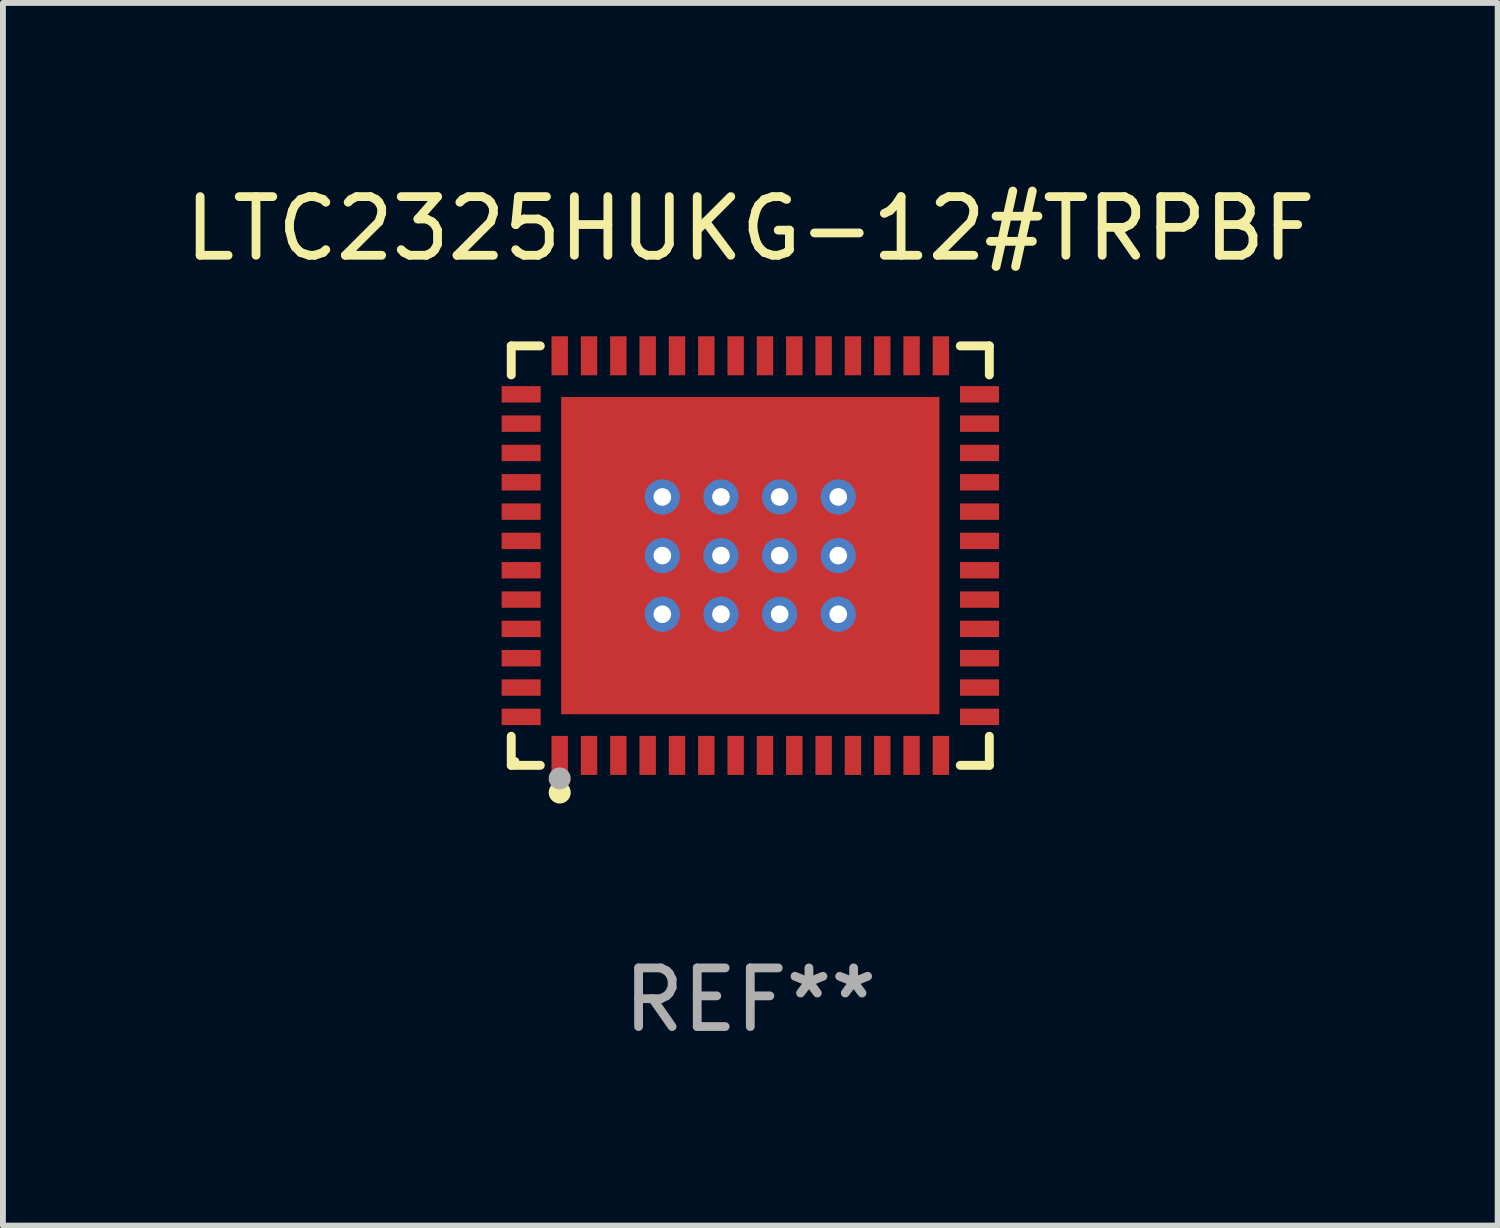
<source format=kicad_pcb>
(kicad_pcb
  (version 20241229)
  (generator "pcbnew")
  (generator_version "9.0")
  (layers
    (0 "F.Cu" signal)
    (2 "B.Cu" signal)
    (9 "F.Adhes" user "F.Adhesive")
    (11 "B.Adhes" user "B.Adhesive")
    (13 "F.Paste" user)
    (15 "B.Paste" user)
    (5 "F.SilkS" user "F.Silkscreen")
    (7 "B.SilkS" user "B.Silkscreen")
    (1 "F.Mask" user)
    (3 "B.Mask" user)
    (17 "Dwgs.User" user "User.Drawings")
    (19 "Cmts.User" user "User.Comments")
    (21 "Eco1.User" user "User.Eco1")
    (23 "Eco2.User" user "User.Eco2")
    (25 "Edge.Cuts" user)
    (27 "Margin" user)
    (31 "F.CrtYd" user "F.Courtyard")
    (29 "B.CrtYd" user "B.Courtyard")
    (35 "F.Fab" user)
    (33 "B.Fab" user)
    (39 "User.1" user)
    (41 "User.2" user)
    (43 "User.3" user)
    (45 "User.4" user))
  (footprint "LTC2325HUKG-12#TRPBF"
    (layer "F.Cu")
    (at 9.744 6.424)
    (property "Reference" "LTC2325HUKG-12#TRPBF" (at 0 -5.576 0) (layer "F.SilkS") (effects (font (size 1 1) (thickness 0.15))))
    (attr through_hole)
    (fp_line (start -4.076 -3.576) (end -3.581 -3.576) (stroke (width 0.152) (type solid)) (layer "F.SilkS"))
    (fp_line (start -4.076 -3.081) (end -4.076 -3.576) (stroke (width 0.152) (type solid)) (layer "F.SilkS"))
    (fp_line (start -4.076 3.081) (end -4.076 3.576) (stroke (width 0.152) (type solid)) (layer "F.SilkS"))
    (fp_line (start -4.076 3.576) (end -3.581 3.576) (stroke (width 0.152) (type solid)) (layer "F.SilkS"))
    (fp_line (start 4.076 -3.576) (end 3.581 -3.576) (stroke (width 0.152) (type solid)) (layer "F.SilkS"))
    (fp_line (start 4.076 -3.081) (end 4.076 -3.576) (stroke (width 0.152) (type solid)) (layer "F.SilkS"))
    (fp_line (start 4.076 3.081) (end 4.076 3.576) (stroke (width 0.152) (type solid)) (layer "F.SilkS"))
    (fp_line (start 4.076 3.576) (end 3.581 3.576) (stroke (width 0.152) (type solid)) (layer "F.SilkS"))
    (fp_circle (center -4 3.5) (end -3.97 3.5) (stroke (width 0.06) (type solid)) (fill no) (layer "F.SilkS"))
    (fp_circle (center -3.25 4.04) (end -3.156 4.04) (stroke (width 0.188) (type solid)) (fill no) (layer "F.SilkS"))
    (fp_circle (center -3.25 3.8) (end -3.156 3.8) (stroke (width 0.188) (type solid)) (fill no) (layer "F.Fab"))
    (fp_text user "REF**" (at 0 7.576 0) (layer "F.Fab") (effects (font (size 1 1) (thickness 0.15))))
    (pad "1" smd rect (at -3.25 3.407) (size 0.28 0.665) (layers "F.Cu" "F.Mask" "F.Paste"))
    (pad "2" smd rect (at -2.75 3.407) (size 0.28 0.665) (layers "F.Cu" "F.Mask" "F.Paste"))
    (pad "3" smd rect (at -2.25 3.407) (size 0.28 0.665) (layers "F.Cu" "F.Mask" "F.Paste"))
    (pad "4" smd rect (at -1.75 3.407) (size 0.28 0.665) (layers "F.Cu" "F.Mask" "F.Paste"))
    (pad "5" smd rect (at -1.25 3.407) (size 0.28 0.665) (layers "F.Cu" "F.Mask" "F.Paste"))
    (pad "6" smd rect (at -0.75 3.407) (size 0.28 0.665) (layers "F.Cu" "F.Mask" "F.Paste"))
    (pad "7" smd rect (at -0.25 3.407) (size 0.28 0.665) (layers "F.Cu" "F.Mask" "F.Paste"))
    (pad "8" smd rect (at 0.25 3.407) (size 0.28 0.665) (layers "F.Cu" "F.Mask" "F.Paste"))
    (pad "9" smd rect (at 0.75 3.407) (size 0.28 0.665) (layers "F.Cu" "F.Mask" "F.Paste"))
    (pad "10" smd rect (at 1.25 3.407) (size 0.28 0.665) (layers "F.Cu" "F.Mask" "F.Paste"))
    (pad "11" smd rect (at 1.75 3.407) (size 0.28 0.665) (layers "F.Cu" "F.Mask" "F.Paste"))
    (pad "12" smd rect (at 2.25 3.407) (size 0.28 0.665) (layers "F.Cu" "F.Mask" "F.Paste"))
    (pad "13" smd rect (at 2.75 3.407) (size 0.28 0.665) (layers "F.Cu" "F.Mask" "F.Paste"))
    (pad "14" smd rect (at 3.25 3.407) (size 0.28 0.665) (layers "F.Cu" "F.Mask" "F.Paste"))
    (pad "15" smd rect (at 3.908 2.75) (size 0.665 0.28) (layers "F.Cu" "F.Mask" "F.Paste"))
    (pad "16" smd rect (at 3.908 2.25) (size 0.665 0.28) (layers "F.Cu" "F.Mask" "F.Paste"))
    (pad "17" smd rect (at 3.908 1.75) (size 0.665 0.28) (layers "F.Cu" "F.Mask" "F.Paste"))
    (pad "18" smd rect (at 3.908 1.25) (size 0.665 0.28) (layers "F.Cu" "F.Mask" "F.Paste"))
    (pad "19" smd rect (at 3.908 0.75) (size 0.665 0.28) (layers "F.Cu" "F.Mask" "F.Paste"))
    (pad "20" smd rect (at 3.908 0.25) (size 0.665 0.28) (layers "F.Cu" "F.Mask" "F.Paste"))
    (pad "21" smd rect (at 3.908 -0.25) (size 0.665 0.28) (layers "F.Cu" "F.Mask" "F.Paste"))
    (pad "22" smd rect (at 3.908 -0.75) (size 0.665 0.28) (layers "F.Cu" "F.Mask" "F.Paste"))
    (pad "23" smd rect (at 3.908 -1.25) (size 0.665 0.28) (layers "F.Cu" "F.Mask" "F.Paste"))
    (pad "24" smd rect (at 3.908 -1.75) (size 0.665 0.28) (layers "F.Cu" "F.Mask" "F.Paste"))
    (pad "25" smd rect (at 3.908 -2.25) (size 0.665 0.28) (layers "F.Cu" "F.Mask" "F.Paste"))
    (pad "26" smd rect (at 3.908 -2.75) (size 0.665 0.28) (layers "F.Cu" "F.Mask" "F.Paste"))
    (pad "27" smd rect (at 3.25 -3.407) (size 0.28 0.665) (layers "F.Cu" "F.Mask" "F.Paste"))
    (pad "28" smd rect (at 2.75 -3.407) (size 0.28 0.665) (layers "F.Cu" "F.Mask" "F.Paste"))
    (pad "29" smd rect (at 2.25 -3.407) (size 0.28 0.665) (layers "F.Cu" "F.Mask" "F.Paste"))
    (pad "30" smd rect (at 1.75 -3.407) (size 0.28 0.665) (layers "F.Cu" "F.Mask" "F.Paste"))
    (pad "31" smd rect (at 1.25 -3.407) (size 0.28 0.665) (layers "F.Cu" "F.Mask" "F.Paste"))
    (pad "32" smd rect (at 0.75 -3.407) (size 0.28 0.665) (layers "F.Cu" "F.Mask" "F.Paste"))
    (pad "33" smd rect (at 0.25 -3.407) (size 0.28 0.665) (layers "F.Cu" "F.Mask" "F.Paste"))
    (pad "34" smd rect (at -0.25 -3.407) (size 0.28 0.665) (layers "F.Cu" "F.Mask" "F.Paste"))
    (pad "35" smd rect (at -0.75 -3.407) (size 0.28 0.665) (layers "F.Cu" "F.Mask" "F.Paste"))
    (pad "36" smd rect (at -1.25 -3.407) (size 0.28 0.665) (layers "F.Cu" "F.Mask" "F.Paste"))
    (pad "37" smd rect (at -1.75 -3.407) (size 0.28 0.665) (layers "F.Cu" "F.Mask" "F.Paste"))
    (pad "38" smd rect (at -2.25 -3.407) (size 0.28 0.665) (layers "F.Cu" "F.Mask" "F.Paste"))
    (pad "39" smd rect (at -2.75 -3.407) (size 0.28 0.665) (layers "F.Cu" "F.Mask" "F.Paste"))
    (pad "40" smd rect (at -3.25 -3.407) (size 0.28 0.665) (layers "F.Cu" "F.Mask" "F.Paste"))
    (pad "41" smd rect (at -3.908 -2.75) (size 0.665 0.28) (layers "F.Cu" "F.Mask" "F.Paste"))
    (pad "42" smd rect (at -3.908 -2.25) (size 0.665 0.28) (layers "F.Cu" "F.Mask" "F.Paste"))
    (pad "43" smd rect (at -3.908 -1.75) (size 0.665 0.28) (layers "F.Cu" "F.Mask" "F.Paste"))
    (pad "44" smd rect (at -3.908 -1.25) (size 0.665 0.28) (layers "F.Cu" "F.Mask" "F.Paste"))
    (pad "45" smd rect (at -3.908 -0.75) (size 0.665 0.28) (layers "F.Cu" "F.Mask" "F.Paste"))
    (pad "46" smd rect (at -3.908 -0.25) (size 0.665 0.28) (layers "F.Cu" "F.Mask" "F.Paste"))
    (pad "47" smd rect (at -3.908 0.25) (size 0.665 0.28) (layers "F.Cu" "F.Mask" "F.Paste"))
    (pad "48" smd rect (at -3.908 0.75) (size 0.665 0.28) (layers "F.Cu" "F.Mask" "F.Paste"))
    (pad "49" smd rect (at -3.908 1.25) (size 0.665 0.28) (layers "F.Cu" "F.Mask" "F.Paste"))
    (pad "50" smd rect (at -3.908 1.75) (size 0.665 0.28) (layers "F.Cu" "F.Mask" "F.Paste"))
    (pad "51" smd rect (at -3.908 2.25) (size 0.665 0.28) (layers "F.Cu" "F.Mask" "F.Paste"))
    (pad "52" smd rect (at -3.908 2.75) (size 0.665 0.28) (layers "F.Cu" "F.Mask" "F.Paste"))
    (pad "53" thru_hole circle (at -1.5 -1) (size 0.6 0.6) (drill 0.3) (layers "*.Cu" "*.Mask"))
    (pad "53" thru_hole circle (at -1.5 0) (size 0.6 0.6) (drill 0.3) (layers "*.Cu" "*.Mask"))
    (pad "53" thru_hole circle (at -1.5 1) (size 0.6 0.6) (drill 0.3) (layers "*.Cu" "*.Mask"))
    (pad "53" thru_hole circle (at -0.5 -1) (size 0.6 0.6) (drill 0.3) (layers "*.Cu" "*.Mask"))
    (pad "53" thru_hole circle (at -0.5 0) (size 0.6 0.6) (drill 0.3) (layers "*.Cu" "*.Mask"))
    (pad "53" thru_hole circle (at -0.5 1) (size 0.6 0.6) (drill 0.3) (layers "*.Cu" "*.Mask"))
    (pad "53" smd rect (at 0 0) (size 6.45 5.41) (layers "F.Cu" "F.Mask" "F.Paste"))
    (pad "53" thru_hole circle (at 0.5 -1) (size 0.6 0.6) (drill 0.3) (layers "*.Cu" "*.Mask"))
    (pad "53" thru_hole circle (at 0.5 0) (size 0.6 0.6) (drill 0.3) (layers "*.Cu" "*.Mask"))
    (pad "53" thru_hole circle (at 0.5 1) (size 0.6 0.6) (drill 0.3) (layers "*.Cu" "*.Mask"))
    (pad "53" thru_hole circle (at 1.5 -1) (size 0.6 0.6) (drill 0.3) (layers "*.Cu" "*.Mask"))
    (pad "53" thru_hole circle (at 1.5 0) (size 0.6 0.6) (drill 0.3) (layers "*.Cu" "*.Mask"))
    (pad "53" thru_hole circle (at 1.5 1) (size 0.6 0.6) (drill 0.3) (layers "*.Cu" "*.Mask")))
  (gr_rect
    (start -3 -3)
    (end 22.488 17.849)
    (stroke (width 0.1) (type default))
    (fill no)
    (layer "Edge.Cuts")))
</source>
